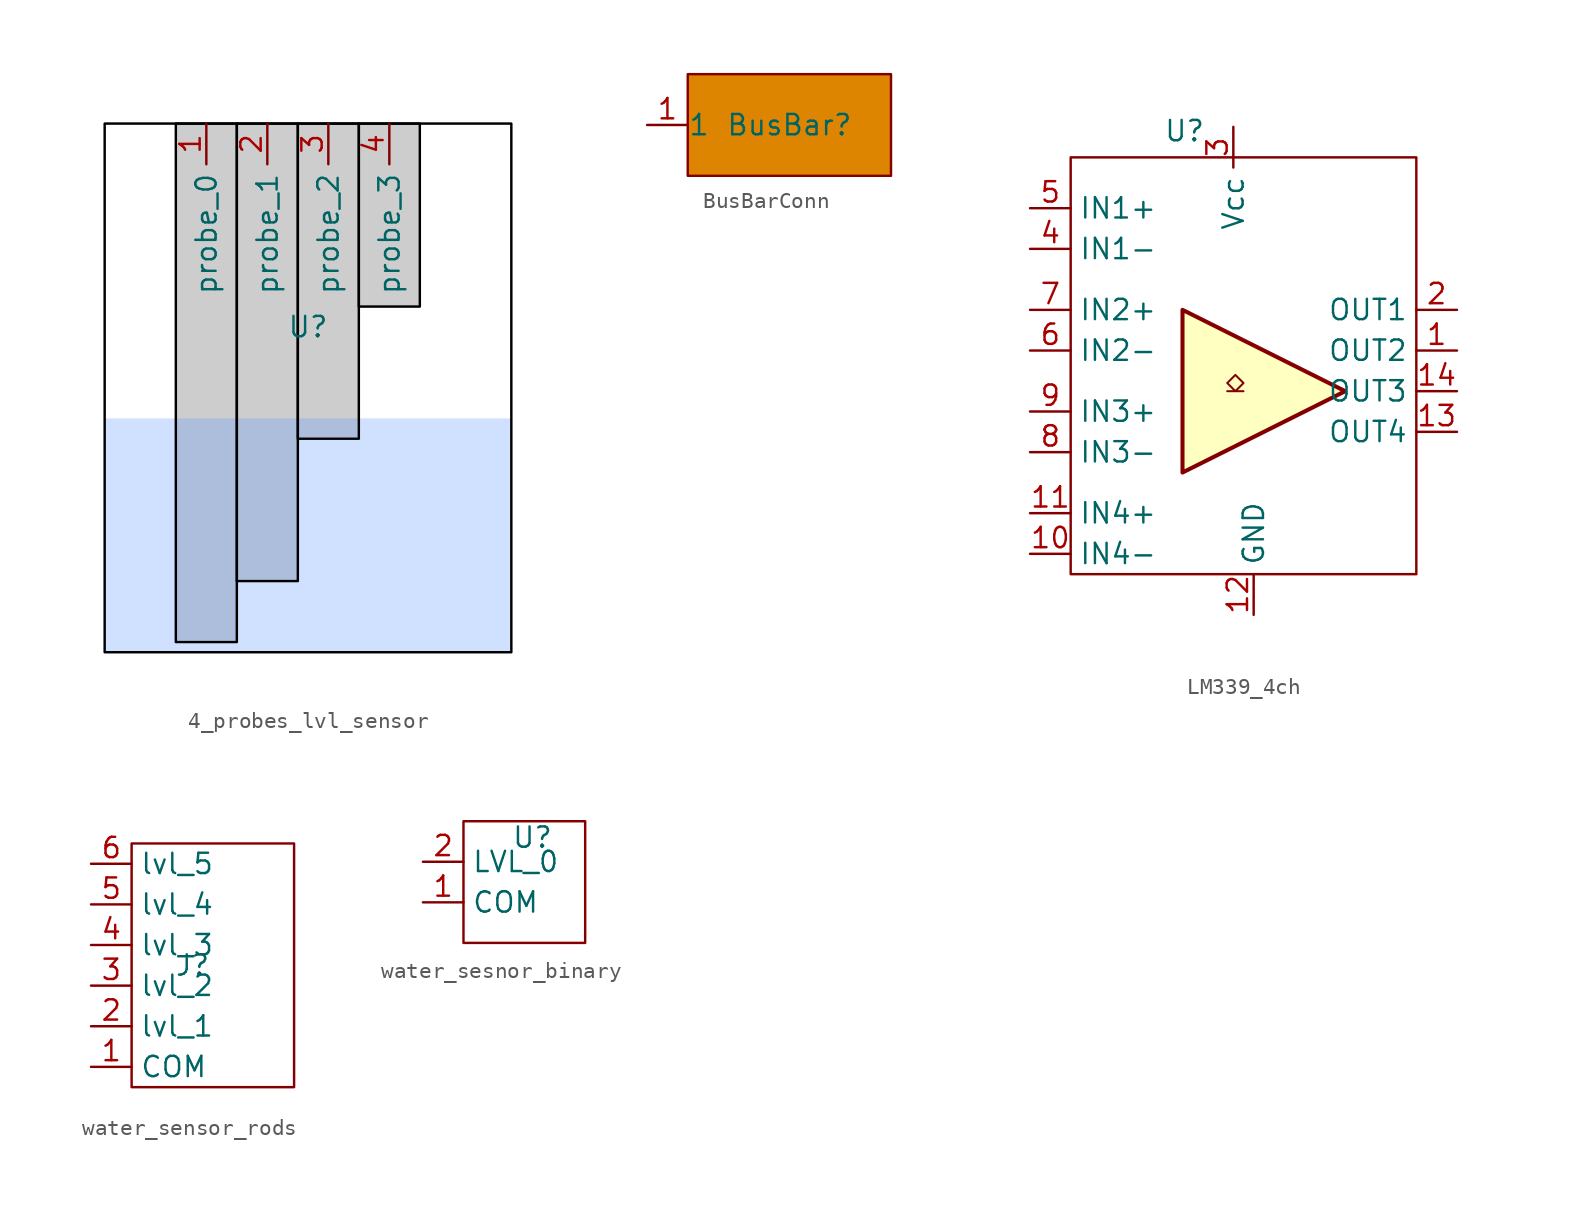
<source format=kicad_sym>
(kicad_symbol_lib
  (version 20231120)
  (generator "kicad_symbol_editor")
  (generator_version "8.0")
  (symbol "4_probes_lvl_sensor"
    (property "Reference" "U"
      (at 0 0 0)
      (effects (font (size 1.27 1.27))))
    (property "Value" ""
      (at 0 0 0)
      (effects (font (size 1.27 1.27))))
    (symbol "4_probes_lvl_sensor_0_1"
      (rectangle (start -8.255 12.7) (end -4.445 -19.685) (stroke (width 0) (type default) (color 0 0 0 1)) (fill (type color) (color 72 72 72 0.27)))
      (rectangle (start -4.445 12.7) (end -0.635 -15.875) (stroke (width 0) (type default) (color 0 0 0 1)) (fill (type color) (color 72 72 72 0.27)))
      (rectangle (start -0.635 12.7) (end 3.175 -6.985) (stroke (width 0) (type default) (color 0 0 0 1)) (fill (type color) (color 72 72 72 0.27)))
      (rectangle (start 3.175 12.7) (end 6.985 1.27) (stroke (width 0) (type default) (color 0 0 0 1)) (fill (type color) (color 72 72 72 0.27))))
    (symbol "4_probes_lvl_sensor_1_1"
      (rectangle (start -12.7 -5.715) (end 12.7 -20.32) (stroke (width -0.0001) (type default)) (fill (type color) (color 93 156 255 0.3)))
      (rectangle (start -12.7 12.7) (end 12.7 -20.32) (stroke (width 0) (type default) (color 0 0 0 1)) (fill (type none)))
      (pin passive line (at -6.35 12.7 270) (length 2.54) (name "probe_0" (effects (font (size 1.27 1.27)))) (number "1" (effects (font (size 1.27 1.27)))))
      (pin passive line (at -2.54 12.7 270) (length 2.54) (name "probe_1" (effects (font (size 1.27 1.27)))) (number "2" (effects (font (size 1.27 1.27)))))
      (pin passive line (at 1.27 12.7 270) (length 2.54) (name "probe_2" (effects (font (size 1.27 1.27)))) (number "3" (effects (font (size 1.27 1.27)))))
      (pin passive line (at 5.08 12.7 270) (length 2.54) (name "probe_3" (effects (font (size 1.27 1.27)))) (number "4" (effects (font (size 1.27 1.27)))))))
  (symbol "BusBarConn"
    (pin_names
      (offset 0.002))
    (property "Reference" "BusBar"
      (at 0 0 0)
      (effects (font (size 1.27 1.27))))
    (property "Value" ""
      (at 0 0 0)
      (effects (font (size 1.27 1.27))))
    (symbol "BusBarConn_1_1"
      (rectangle (start -6.35 3.175) (end 6.35 -3.175) (stroke (width 0) (type default)) (fill (type color) (color 221 133 0 1)))
      (pin passive line (at -8.89 0 0) (length 2.54) (name "1" (effects (font (size 1.27 1.27)))) (number "1" (effects (font (size 1.27 1.27)))))))
  (symbol "LM339_4ch"
    (property "Reference" "U"
      (at -1.778 13.716 0)
      (effects (font (size 1.27 1.27))))
    (property "Value" ""
      (at 0 2.54 0)
      (effects (font (size 1.27 1.27))))
    (symbol "LM339_4ch_0_1"
      (rectangle (start -8.89 12.065) (end 12.7 -13.97) (stroke (width 0) (type default)) (fill (type none))))
    (symbol "LM339_4ch_1_1"
      (polyline (pts (xy -1.905 2.54) (xy 8.255 -2.54) (xy -1.905 -7.62) (xy -1.905 2.54)) (stroke (width 0.254) (type default)) (fill (type background)))
      (polyline (pts (xy 1.905 -2.54) (xy 1.397 -2.54) (xy 1.905 -2.032) (xy 1.397 -1.524) (xy 0.889 -2.032) (xy 1.397 -2.54) (xy 0.889 -2.54)) (stroke (width 0.127) (type default)) (fill (type none)))
      (pin output line (at 15.24 0 180) (length 2.54) (name "OUT2" (effects (font (size 1.27 1.27)))) (number "1" (effects (font (size 1.27 1.27)))))
      (pin input line (at -11.43 -12.7 0) (length 2.54) (name "IN4-" (effects (font (size 1.27 1.27)))) (number "10" (effects (font (size 1.27 1.27)))))
      (pin input line (at -11.43 -10.16 0) (length 2.54) (name "IN4+" (effects (font (size 1.27 1.27)))) (number "11" (effects (font (size 1.27 1.27)))))
      (pin passive line (at 2.54 -16.51 90) (length 2.54) (name "GND" (effects (font (size 1.27 1.27)))) (number "12" (effects (font (size 1.27 1.27)))))
      (pin output line (at 15.24 -5.08 180) (length 2.54) (name "OUT4" (effects (font (size 1.27 1.27)))) (number "13" (effects (font (size 1.27 1.27)))))
      (pin output line (at 15.24 -2.54 180) (length 2.54) (name "OUT3" (effects (font (size 1.27 1.27)))) (number "14" (effects (font (size 1.27 1.27)))))
      (pin output line (at 15.24 2.54 180) (length 2.54) (name "OUT1" (effects (font (size 1.27 1.27)))) (number "2" (effects (font (size 1.27 1.27)))))
      (pin power_in line (at 1.27 13.97 270) (length 2.54) (name "Vcc" (effects (font (size 1.27 1.27)))) (number "3" (effects (font (size 1.27 1.27)))))
      (pin input line (at -11.43 6.35 0) (length 2.54) (name "IN1-" (effects (font (size 1.27 1.27)))) (number "4" (effects (font (size 1.27 1.27)))))
      (pin input line (at -11.43 8.89 0) (length 2.54) (name "IN1+" (effects (font (size 1.27 1.27)))) (number "5" (effects (font (size 1.27 1.27)))))
      (pin input line (at -11.43 0 0) (length 2.54) (name "IN2-" (effects (font (size 1.27 1.27)))) (number "6" (effects (font (size 1.27 1.27)))))
      (pin input line (at -11.43 2.54 0) (length 2.54) (name "IN2+" (effects (font (size 1.27 1.27)))) (number "7" (effects (font (size 1.27 1.27)))))
      (pin input line (at -11.43 -6.35 0) (length 2.54) (name "IN3-" (effects (font (size 1.27 1.27)))) (number "8" (effects (font (size 1.27 1.27)))))
      (pin input line (at -11.43 -3.81 0) (length 2.54) (name "IN3+" (effects (font (size 1.27 1.27)))) (number "9" (effects (font (size 1.27 1.27)))))))
  (symbol "water_sensor_rods"
    (property "Reference" "J"
      (at 0 0 0)
      (effects (font (size 1.27 1.27))))
    (property "Value" ""
      (at 0 0 0)
      (effects (font (size 1.27 1.27))))
    (symbol "water_sensor_rods_0_1"
      (rectangle (start -3.81 7.62) (end 6.35 -7.62) (stroke (width 0) (type default)) (fill (type none))))
    (symbol "water_sensor_rods_1_1"
      (pin passive line (at -6.35 -6.35 0) (length 2.54) (name "COM" (effects (font (size 1.27 1.27)))) (number "1" (effects (font (size 1.27 1.27)))))
      (pin passive line (at -6.35 -3.81 0) (length 2.54) (name "lvl_1" (effects (font (size 1.27 1.27)))) (number "2" (effects (font (size 1.27 1.27)))))
      (pin passive line (at -6.35 -1.27 0) (length 2.54) (name "lvl_2" (effects (font (size 1.27 1.27)))) (number "3" (effects (font (size 1.27 1.27)))))
      (pin passive line (at -6.35 1.27 0) (length 2.54) (name "lvl_3" (effects (font (size 1.27 1.27)))) (number "4" (effects (font (size 1.27 1.27)))))
      (pin passive line (at -6.35 3.81 0) (length 2.54) (name "lvl_4" (effects (font (size 1.27 1.27)))) (number "5" (effects (font (size 1.27 1.27)))))
      (pin passive line (at -6.35 6.35 0) (length 2.54) (name "lvl_5" (effects (font (size 1.27 1.27)))) (number "6" (effects (font (size 1.27 1.27)))))))
  (symbol "water_sesnor_binary"
    (property "Reference" "U"
      (at 0.508 2.794 0)
      (effects (font (size 1.27 1.27))))
    (property "Value" ""
      (at 0 0 0)
      (effects (font (size 1.27 1.27))))
    (symbol "water_sesnor_binary_0_1"
      (rectangle (start -3.81 3.81) (end 3.81 -3.81) (stroke (width 0) (type default)) (fill (type none))))
    (symbol "water_sesnor_binary_1_1"
      (pin passive line (at -6.35 -1.27 0) (length 2.54) (name "COM" (effects (font (size 1.27 1.27)))) (number "1" (effects (font (size 1.27 1.27)))))
      (pin passive line (at -6.35 1.27 0) (length 2.54) (name "LVL_0" (effects (font (size 1.27 1.27)))) (number "2" (effects (font (size 1.27 1.27))))))))
</source>
